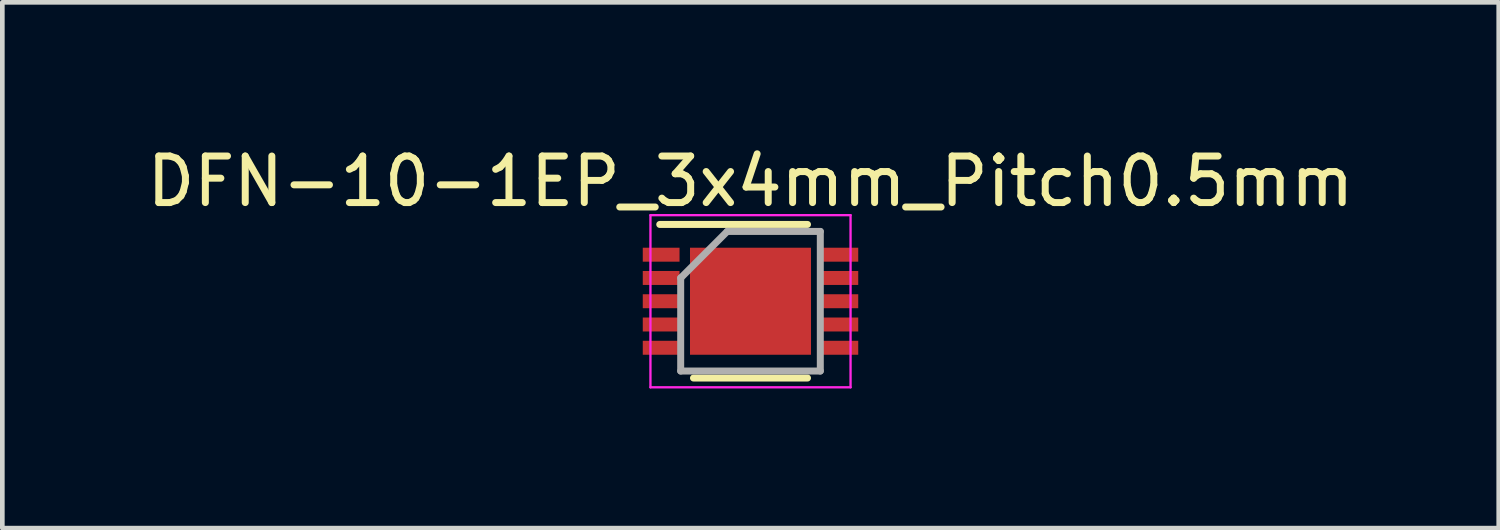
<source format=kicad_pcb>
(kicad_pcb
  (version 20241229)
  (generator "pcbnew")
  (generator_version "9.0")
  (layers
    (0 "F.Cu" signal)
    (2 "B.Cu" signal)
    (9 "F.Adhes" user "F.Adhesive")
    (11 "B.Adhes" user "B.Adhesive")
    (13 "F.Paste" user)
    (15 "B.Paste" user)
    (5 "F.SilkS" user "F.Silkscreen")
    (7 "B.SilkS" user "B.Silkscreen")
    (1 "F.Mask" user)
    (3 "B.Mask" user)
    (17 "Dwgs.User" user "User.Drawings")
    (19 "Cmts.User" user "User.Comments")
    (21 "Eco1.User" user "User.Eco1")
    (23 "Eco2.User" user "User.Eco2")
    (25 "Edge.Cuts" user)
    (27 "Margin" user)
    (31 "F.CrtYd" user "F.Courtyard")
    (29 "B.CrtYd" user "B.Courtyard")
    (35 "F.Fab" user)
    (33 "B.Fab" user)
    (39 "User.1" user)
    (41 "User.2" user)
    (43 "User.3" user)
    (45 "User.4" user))
  (footprint "DFN-10-1EP_3x4mm_Pitch0.5mm"
    (layer "F.Cu")
    (at 13.077 3.423)
    (property "Reference" "DFN-10-1EP_3x4mm_Pitch0.5mm" (at 0 -2.575 0) (layer "F.SilkS") (effects (font (size 1 1) (thickness 0.15))))
    (attr smd)
    (fp_line (start -1.95 -1.65) (end 1.225 -1.65) (stroke (width 0.15) (type solid)) (layer "F.SilkS"))
    (fp_line (start -1.225 1.65) (end 1.225 1.65) (stroke (width 0.15) (type solid)) (layer "F.SilkS"))
    (fp_line (start -2.15 -1.85) (end -2.15 1.85) (stroke (width 0.05) (type solid)) (layer "F.CrtYd"))
    (fp_line (start -2.15 -1.85) (end 2.15 -1.85) (stroke (width 0.05) (type solid)) (layer "F.CrtYd"))
    (fp_line (start -2.15 1.85) (end 2.15 1.85) (stroke (width 0.05) (type solid)) (layer "F.CrtYd"))
    (fp_line (start 2.15 -1.85) (end 2.15 1.85) (stroke (width 0.05) (type solid)) (layer "F.CrtYd"))
    (fp_line (start -1.5 -0.5) (end -0.5 -1.5) (stroke (width 0.15) (type solid)) (layer "F.Fab"))
    (fp_line (start -1.5 1.5) (end -1.5 -0.5) (stroke (width 0.15) (type solid)) (layer "F.Fab"))
    (fp_line (start -0.5 -1.5) (end 1.5 -1.5) (stroke (width 0.15) (type solid)) (layer "F.Fab"))
    (fp_line (start 1.5 -1.5) (end 1.5 1.5) (stroke (width 0.15) (type solid)) (layer "F.Fab"))
    (fp_line (start 1.5 1.5) (end -1.5 1.5) (stroke (width 0.15) (type solid)) (layer "F.Fab"))
    (pad "1" smd rect (at -1.92 -1) (size 0.79 0.3) (layers "F.Cu" "F.Mask" "F.Paste"))
    (pad "2" smd rect (at -1.92 -0.5) (size 0.79 0.3) (layers "F.Cu" "F.Mask" "F.Paste"))
    (pad "3" smd rect (at -1.92 0) (size 0.79 0.3) (layers "F.Cu" "F.Mask" "F.Paste"))
    (pad "4" smd rect (at -1.92 0.5) (size 0.79 0.3) (layers "F.Cu" "F.Mask" "F.Paste"))
    (pad "5" smd rect (at -1.92 1) (size 0.79 0.3) (layers "F.Cu" "F.Mask" "F.Paste"))
    (pad "6" smd rect (at 1.92 1) (size 0.79 0.3) (layers "F.Cu" "F.Mask" "F.Paste"))
    (pad "7" smd rect (at 1.92 0.5) (size 0.79 0.3) (layers "F.Cu" "F.Mask" "F.Paste"))
    (pad "8" smd rect (at 1.92 0) (size 0.79 0.3) (layers "F.Cu" "F.Mask" "F.Paste"))
    (pad "9" smd rect (at 1.92 -0.5) (size 0.79 0.3) (layers "F.Cu" "F.Mask" "F.Paste"))
    (pad "10" smd rect (at 1.92 -1) (size 0.79 0.3) (layers "F.Cu" "F.Mask" "F.Paste"))
    (pad "11" smd rect (at 0 0) (size 2.6 2.3) (layers "F.Cu" "F.Mask" "F.Paste")))
  (gr_rect
    (start -3 -3)
    (end 29.155 8.298)
    (stroke (width 0.1) (type default))
    (fill no)
    (layer "Edge.Cuts")))
</source>
